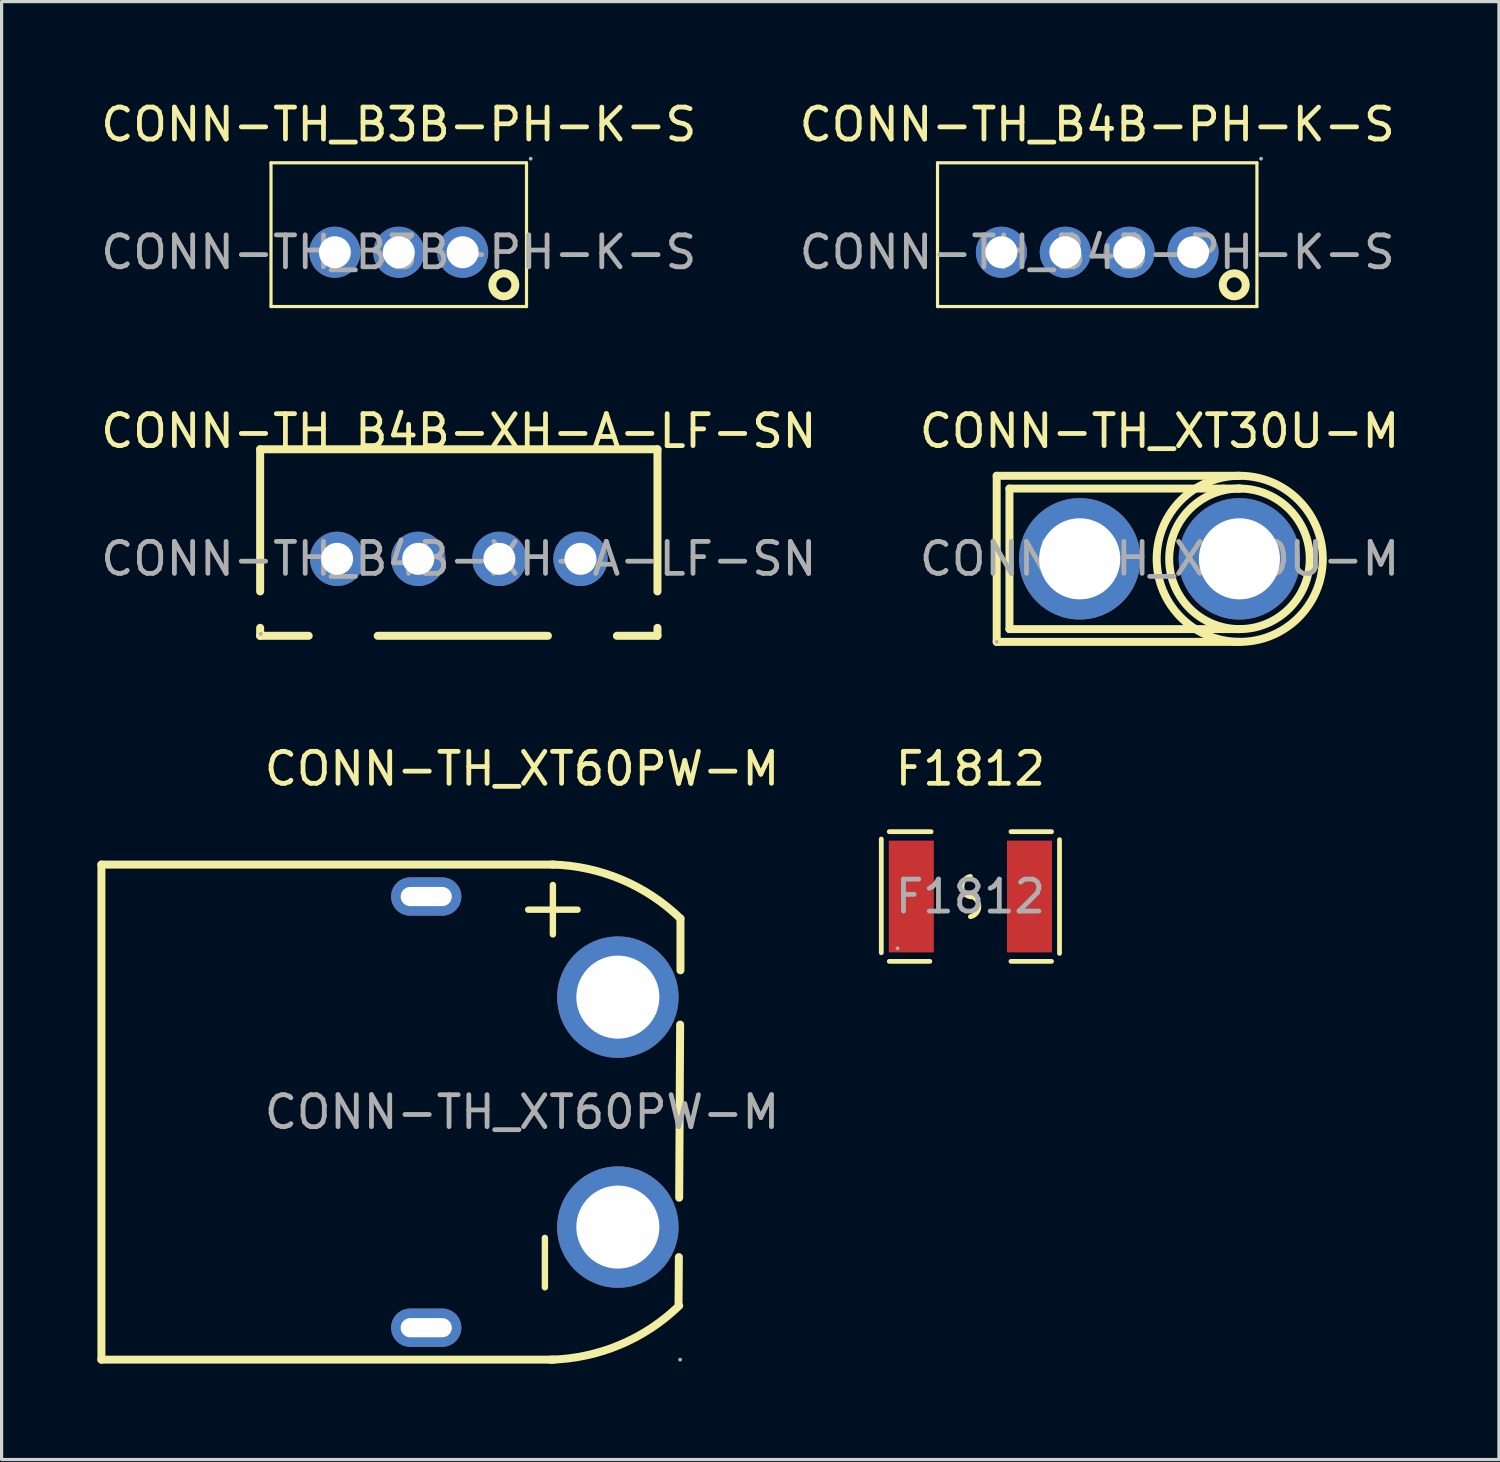
<source format=kicad_pcb>
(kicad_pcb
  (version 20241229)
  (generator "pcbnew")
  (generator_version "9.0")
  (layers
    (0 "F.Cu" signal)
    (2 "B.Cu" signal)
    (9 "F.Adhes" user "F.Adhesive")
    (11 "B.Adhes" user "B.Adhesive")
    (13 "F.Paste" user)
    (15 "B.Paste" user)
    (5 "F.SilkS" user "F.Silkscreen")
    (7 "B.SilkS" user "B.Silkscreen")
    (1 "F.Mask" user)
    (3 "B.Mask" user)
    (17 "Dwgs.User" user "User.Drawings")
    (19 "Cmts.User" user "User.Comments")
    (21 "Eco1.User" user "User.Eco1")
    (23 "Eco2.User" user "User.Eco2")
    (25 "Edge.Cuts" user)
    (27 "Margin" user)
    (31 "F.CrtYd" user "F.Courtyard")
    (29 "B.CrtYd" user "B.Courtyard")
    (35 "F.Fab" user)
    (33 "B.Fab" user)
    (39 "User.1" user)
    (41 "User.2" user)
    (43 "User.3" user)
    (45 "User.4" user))
  (footprint "CONN-TH_XT30U-M"
    (layer "F.Cu")
    (at 33.256 14.447)
    (property "Reference" "CONN-TH_XT30U-M" (at 0 -4 0) (layer "F.SilkS") (effects (font (size 1 1) (thickness 0.15))))
    (attr smd)
    (fp_line (start -5.1 -2.6) (end -5.1 2.6) (stroke (width 0.25) (type solid)) (layer "F.SilkS"))
    (fp_line (start -5.1 2.6) (end 2.51 2.6) (stroke (width 0.25) (type solid)) (layer "F.SilkS"))
    (fp_line (start -4.7 -2.2) (end -4.7 2.2) (stroke (width 0.25) (type solid)) (layer "F.SilkS"))
    (fp_line (start -4.7 -2.2) (end 2 -2.2) (stroke (width 0.25) (type solid)) (layer "F.SilkS"))
    (fp_line (start -4.7 2.2) (end 2 2.2) (stroke (width 0.25) (type solid)) (layer "F.SilkS"))
    (fp_line (start 2 -2.2) (end 2.5 -2.2) (stroke (width 0.25) (type solid)) (layer "F.SilkS"))
    (fp_line (start 2 2.2) (end 2.5 2.2) (stroke (width 0.25) (type solid)) (layer "F.SilkS"))
    (fp_line (start 2.5 -2.2) (end 2.5 -2.2) (stroke (width 0.25) (type solid)) (layer "F.SilkS"))
    (fp_line (start 2.5 2.2) (end 2.5 2.2) (stroke (width 0.25) (type solid)) (layer "F.SilkS"))
    (fp_line (start 2.51 -2.6) (end -5.1 -2.6) (stroke (width 0.25) (type solid)) (layer "F.SilkS"))
    (fp_arc (start 2.538395 -2.199665) (mid 2.480802 2.199916) (end 2.5 -2.2) (stroke (width 0.25) (type solid)) (layer "F.SilkS"))
    (fp_arc (start 2.555376 -2.599604) (mid 2.487311 2.599901) (end 2.51 -2.6) (stroke (width 0.25) (type solid)) (layer "F.SilkS"))
    (fp_circle (center -5.1 2.6) (end -5.07 2.6) (stroke (width 0.06) (type solid)) (fill no) (layer "F.Fab"))
    (fp_circle (center -2.5 0) (end -2 0) (stroke (width 1) (type solid)) (fill no) (layer "F.Fab"))
    (fp_circle (center 2.5 0) (end 3 0) (stroke (width 1) (type solid)) (fill no) (layer "F.Fab"))
    (fp_text user "${REFERENCE}" (at 0 0 0) (layer "F.Fab") (effects (font (size 1 1) (thickness 0.15))))
    (pad "1" thru_hole circle (at -2.5 0) (size 3.8 3.8) (drill 2.54) (layers "*.Cu" "*.Paste" "*.Mask"))
    (pad "2" thru_hole circle (at 2.5 0) (size 3.8 3.8) (drill 2.54) (layers "*.Cu" "*.Paste" "*.Mask")))
  (footprint "CONN-TH_B3B-PH-K-S"
    (layer "F.Cu")
    (at 9.435 4.848)
    (property "Reference" "CONN-TH_B3B-PH-K-S" (at 0 -4 0) (layer "F.SilkS") (effects (font (size 1 1) (thickness 0.15))))
    (attr smd)
    (fp_line (start -4 -2.8) (end 4 -2.8) (stroke (width 0.1) (type solid)) (layer "F.SilkS"))
    (fp_line (start -4 1.7) (end -4 -2.8) (stroke (width 0.1) (type solid)) (layer "F.SilkS"))
    (fp_line (start 4 -2.8) (end 4 1.7) (stroke (width 0.1) (type solid)) (layer "F.SilkS"))
    (fp_line (start 4 1.7) (end -4 1.7) (stroke (width 0.1) (type solid)) (layer "F.SilkS"))
    (fp_circle (center 3.29 1.02) (end 3.65 1.02) (stroke (width 0.25) (type solid)) (fill no) (layer "F.SilkS"))
    (fp_circle (center -2 0) (end -1.8 0) (stroke (width 0.4) (type solid)) (fill no) (layer "F.Fab"))
    (fp_circle (center 0 0) (end 0.2 0) (stroke (width 0.4) (type solid)) (fill no) (layer "F.Fab"))
    (fp_circle (center 2 0) (end 2.2 0) (stroke (width 0.4) (type solid)) (fill no) (layer "F.Fab"))
    (fp_circle (center 4.13 -2.93) (end 4.16 -2.93) (stroke (width 0.06) (type solid)) (fill no) (layer "F.Fab"))
    (fp_text user "${REFERENCE}" (at 0 0 0) (layer "F.Fab") (effects (font (size 1 1) (thickness 0.15))))
    (pad "1" thru_hole circle (at 2 0 180) (size 1.6 1.6) (drill 1) (layers "*.Cu" "*.Paste" "*.Mask"))
    (pad "2" thru_hole circle (at 0 0 180) (size 1.6 1.6) (drill 1) (layers "*.Cu" "*.Paste" "*.Mask"))
    (pad "3" thru_hole circle (at -2 0 180) (size 1.6 1.6) (drill 1) (layers "*.Cu" "*.Paste" "*.Mask")))
  (footprint "CONN-TH_XT60PW-M"
    (layer "F.Cu")
    (at 13.295 31.77)
    (property "Reference" "CONN-TH_XT60PW-M" (at 0 -10.75 0) (layer "F.SilkS") (effects (font (size 1 1) (thickness 0.15))))
    (attr smd)
    (fp_line (start -13.17 -7.75) (end 1 -7.75) (stroke (width 0.25) (type solid)) (layer "F.SilkS"))
    (fp_line (start -13.17 7.75) (end -13.17 -7.75) (stroke (width 0.25) (type solid)) (layer "F.SilkS"))
    (fp_line (start -13.17 7.75) (end 1 7.75) (stroke (width 0.25) (type solid)) (layer "F.SilkS"))
    (fp_line (start 4.91 4.54) (end 4.9 5.99) (stroke (width 0.25) (type solid)) (layer "F.SilkS"))
    (fp_line (start 4.95 -2.74) (end 4.92 2.68) (stroke (width 0.25) (type solid)) (layer "F.SilkS"))
    (fp_line (start 4.96 -6.06) (end 4.96 -4.44) (stroke (width 0.25) (type solid)) (layer "F.SilkS"))
    (fp_arc (start 0.937455 -7.751975) (mid 3.10789 -7.284385) (end 4.96 -6.06) (stroke (width 0.25) (type solid)) (layer "F.SilkS"))
    (fp_arc (start 4.92 6.06) (mid 3.063543 7.286212) (end 0.888027 7.752215) (stroke (width 0.25) (type solid)) (layer "F.SilkS"))
    (fp_circle (center 3 -3.6) (end 3.5 -3.6) (stroke (width 1) (type solid)) (fill no) (layer "F.Fab"))
    (fp_circle (center 3 3.6) (end 3.5 3.6) (stroke (width 1) (type solid)) (fill no) (layer "F.Fab"))
    (fp_circle (center 4.95 7.75) (end 4.98 7.75) (stroke (width 0.06) (type solid)) (fill no) (layer "F.Fab"))
    (fp_text user "-" (at 0.56 6.1 90) (layer "F.SilkS") (effects (font (size 2.03 2.03) (thickness 0.2)) (justify left)))
    (fp_text user "+" (at 0.81 -4.95 90) (layer "F.SilkS") (effects (font (size 2.03 2.03) (thickness 0.2)) (justify left)))
    (fp_text user "${REFERENCE}" (at 0 0 0) (layer "F.Fab") (effects (font (size 1 1) (thickness 0.15))))
    (pad "1" thru_hole circle (at 3 3.6 90) (size 3.8 3.8) (drill 2.6) (layers "*.Cu" "*.Paste" "*.Mask"))
    (pad "2" thru_hole circle (at 3 -3.6 90) (size 3.8 3.8) (drill 2.6) (layers "*.Cu" "*.Paste" "*.Mask"))
    (pad "3" thru_hole oval (at -3 -6.75 90) (size 1.2 2.2) (drill oval 0.6 1.6) (layers "*.Cu" "*.Paste" "*.Mask"))
    (pad "4" thru_hole oval (at -3 6.75 90) (size 1.2 2.2) (drill oval 0.6 1.6) (layers "*.Cu" "*.Paste" "*.Mask")))
  (footprint "F1812"
    (layer "F.Cu")
    (at 27.333 25.02)
    (property "Reference" "F1812" (at 0 -4 0) (layer "F.SilkS") (effects (font (size 1 1) (thickness 0.15))))
    (attr smd)
    (fp_line (start -2.79 -1.8) (end -2.79 1.76) (stroke (width 0.15) (type solid)) (layer "F.SilkS"))
    (fp_line (start -2.54 -2.03) (end -1.23 -2.03) (stroke (width 0.15) (type solid)) (layer "F.SilkS"))
    (fp_line (start -1.27 2.03) (end -2.54 2.03) (stroke (width 0.15) (type solid)) (layer "F.SilkS"))
    (fp_line (start 1.27 2.03) (end 2.54 2.03) (stroke (width 0.15) (type solid)) (layer "F.SilkS"))
    (fp_line (start 2.54 -2.03) (end 1.27 -2.03) (stroke (width 0.15) (type solid)) (layer "F.SilkS"))
    (fp_line (start 2.79 -1.78) (end 2.79 1.78) (stroke (width 0.15) (type solid)) (layer "F.SilkS"))
    (fp_arc (start -0.005366 -0.01096) (mid 0.265565 0.307274) (end 0 0.63) (stroke (width 0.15) (type solid)) (layer "F.SilkS"))
    (fp_arc (start 0.005366 0.01096) (mid -0.265565 -0.307274) (end 0 -0.63) (stroke (width 0.15) (type solid)) (layer "F.SilkS"))
    (fp_circle (center -2.28 1.62) (end -2.25 1.62) (stroke (width 0.06) (type solid)) (fill no) (layer "F.Fab"))
    (fp_text user "${REFERENCE}" (at 0 0 0) (layer "F.Fab") (effects (font (size 1 1) (thickness 0.15))))
    (pad "1" smd rect (at -1.85 0) (size 1.41 3.5) (layers "F.Cu" "F.Mask" "F.Paste"))
    (pad "2" smd rect (at 1.85 0) (size 1.41 3.5) (layers "F.Cu" "F.Mask" "F.Paste")))
  (footprint "CONN-TH_B4B-XH-A-LF-SN"
    (layer "F.Cu")
    (at 11.315 14.447)
    (property "Reference" "CONN-TH_B4B-XH-A-LF-SN" (at 0 -4 0) (layer "F.SilkS") (effects (font (size 1 1) (thickness 0.15))))
    (attr smd)
    (fp_line (start -6.22 -3.43) (end -6.22 1.02) (stroke (width 0.25) (type solid)) (layer "F.SilkS"))
    (fp_line (start -6.22 -3.43) (end 6.22 -3.43) (stroke (width 0.25) (type solid)) (layer "F.SilkS"))
    (fp_line (start -6.22 2.41) (end -6.22 2.16) (stroke (width 0.25) (type solid)) (layer "F.SilkS"))
    (fp_line (start -4.7 2.41) (end -6.22 2.41) (stroke (width 0.25) (type solid)) (layer "F.SilkS"))
    (fp_line (start 2.79 2.41) (end -2.54 2.41) (stroke (width 0.25) (type solid)) (layer "F.SilkS"))
    (fp_line (start 6.22 -3.43) (end 6.22 1.02) (stroke (width 0.25) (type solid)) (layer "F.SilkS"))
    (fp_line (start 6.22 2.16) (end 6.22 2.41) (stroke (width 0.25) (type solid)) (layer "F.SilkS"))
    (fp_line (start 6.22 2.41) (end 4.95 2.41) (stroke (width 0.25) (type solid)) (layer "F.SilkS"))
    (fp_circle (center -6.2 2.35) (end -6.17 2.35) (stroke (width 0.06) (type solid)) (fill no) (layer "F.Fab"))
    (fp_text user "${REFERENCE}" (at 0 0 0) (layer "F.Fab") (effects (font (size 1 1) (thickness 0.15))))
    (pad "1" thru_hole circle (at -3.81 0) (size 1.7 1.7) (drill 1) (layers "*.Cu" "*.Paste" "*.Mask"))
    (pad "2" thru_hole circle (at -1.27 0) (size 1.7 1.7) (drill 1) (layers "*.Cu" "*.Paste" "*.Mask"))
    (pad "3" thru_hole circle (at 1.27 0) (size 1.7 1.7) (drill 1) (layers "*.Cu" "*.Paste" "*.Mask"))
    (pad "4" thru_hole circle (at 3.81 0) (size 1.7 1.7) (drill 1) (layers "*.Cu" "*.Paste" "*.Mask")))
  (footprint "CONN-TH_B4B-PH-K-S"
    (layer "F.Cu")
    (at 31.304 4.848)
    (property "Reference" "CONN-TH_B4B-PH-K-S" (at 0 -4 0) (layer "F.SilkS") (effects (font (size 1 1) (thickness 0.15))))
    (attr smd)
    (fp_line (start -5 -2.8) (end -5 1.7) (stroke (width 0.1) (type solid)) (layer "F.SilkS"))
    (fp_line (start -5 -2.8) (end 5 -2.8) (stroke (width 0.1) (type solid)) (layer "F.SilkS"))
    (fp_line (start 5 -2.8) (end 5 1.7) (stroke (width 0.1) (type solid)) (layer "F.SilkS"))
    (fp_line (start 5 1.7) (end -5 1.7) (stroke (width 0.1) (type solid)) (layer "F.SilkS"))
    (fp_circle (center 4.29 1.02) (end 4.65 1.02) (stroke (width 0.25) (type solid)) (fill no) (layer "F.SilkS"))
    (fp_circle (center -3 0) (end -2.8 0) (stroke (width 0.4) (type solid)) (fill no) (layer "F.Fab"))
    (fp_circle (center -1 0) (end -0.8 0) (stroke (width 0.4) (type solid)) (fill no) (layer "F.Fab"))
    (fp_circle (center 1 0) (end 1.2 0) (stroke (width 0.4) (type solid)) (fill no) (layer "F.Fab"))
    (fp_circle (center 3 0) (end 3.2 0) (stroke (width 0.4) (type solid)) (fill no) (layer "F.Fab"))
    (fp_circle (center 5.13 -2.93) (end 5.16 -2.93) (stroke (width 0.06) (type solid)) (fill no) (layer "F.Fab"))
    (fp_text user "${REFERENCE}" (at 0 0 0) (layer "F.Fab") (effects (font (size 1 1) (thickness 0.15))))
    (pad "1" thru_hole circle (at 3 0 180) (size 1.6 1.6) (drill 1) (layers "*.Cu" "*.Paste" "*.Mask"))
    (pad "2" thru_hole circle (at 1 0 180) (size 1.6 1.6) (drill 1) (layers "*.Cu" "*.Paste" "*.Mask"))
    (pad "3" thru_hole circle (at -1 0 180) (size 1.6 1.6) (drill 1) (layers "*.Cu" "*.Paste" "*.Mask"))
    (pad "4" thru_hole circle (at -3 0 180) (size 1.6 1.6) (drill 1) (layers "*.Cu" "*.Paste" "*.Mask")))
  (gr_rect
    (start -3 -3)
    (end 43.881 42.647)
    (stroke (width 0.1) (type default))
    (fill no)
    (layer "Edge.Cuts")))
</source>
